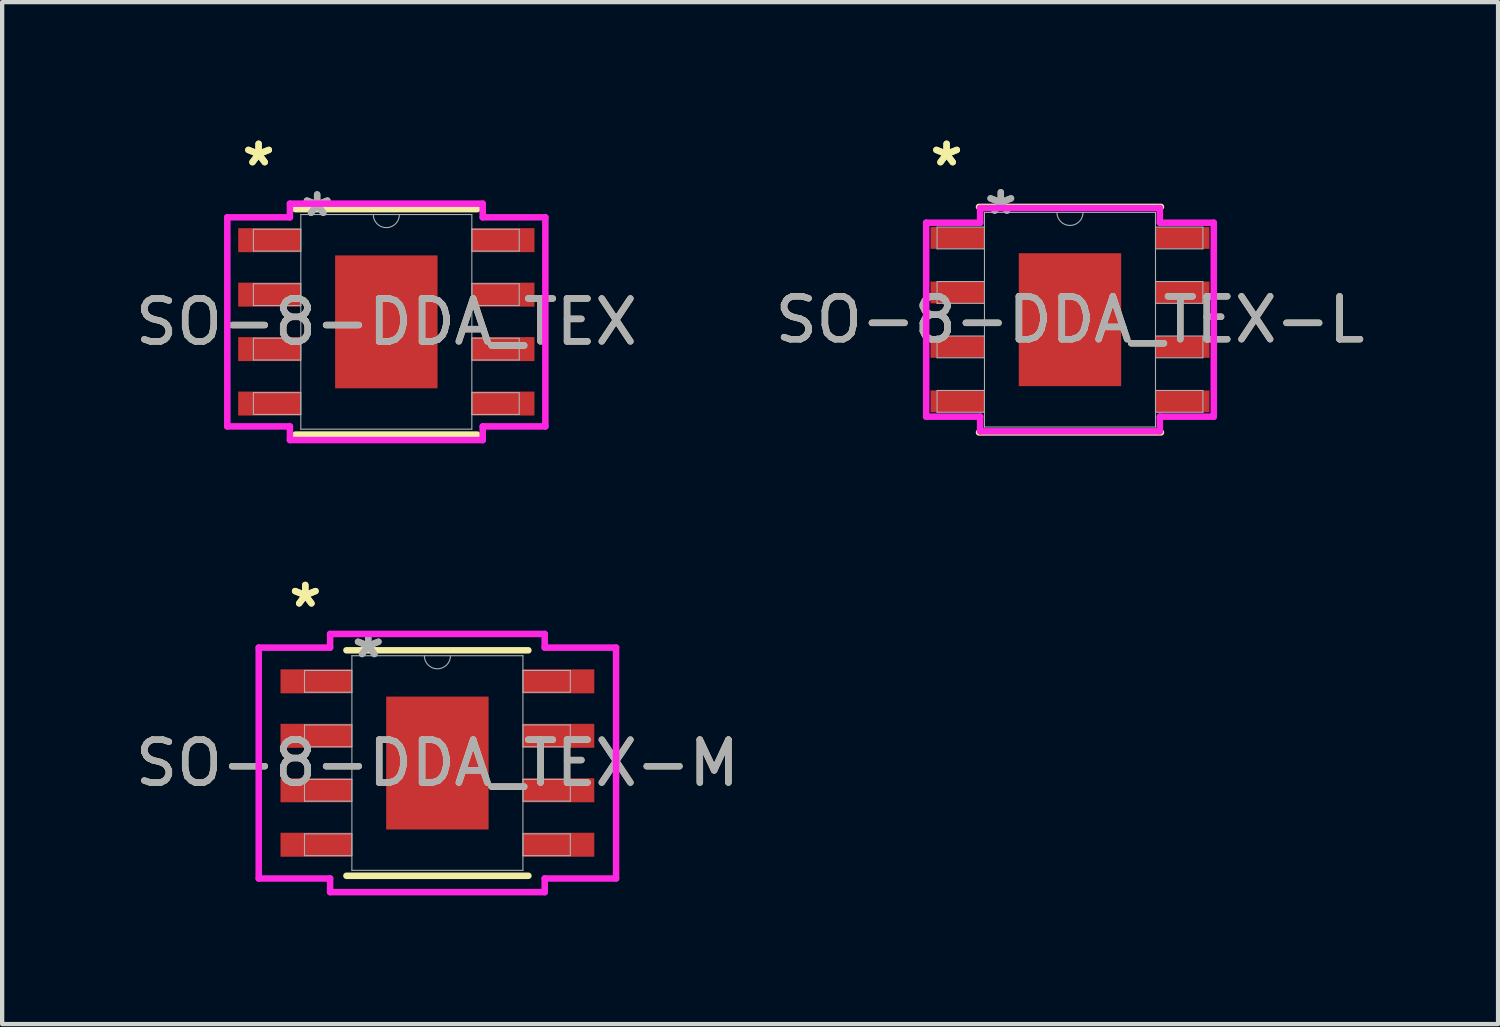
<source format=kicad_pcb>
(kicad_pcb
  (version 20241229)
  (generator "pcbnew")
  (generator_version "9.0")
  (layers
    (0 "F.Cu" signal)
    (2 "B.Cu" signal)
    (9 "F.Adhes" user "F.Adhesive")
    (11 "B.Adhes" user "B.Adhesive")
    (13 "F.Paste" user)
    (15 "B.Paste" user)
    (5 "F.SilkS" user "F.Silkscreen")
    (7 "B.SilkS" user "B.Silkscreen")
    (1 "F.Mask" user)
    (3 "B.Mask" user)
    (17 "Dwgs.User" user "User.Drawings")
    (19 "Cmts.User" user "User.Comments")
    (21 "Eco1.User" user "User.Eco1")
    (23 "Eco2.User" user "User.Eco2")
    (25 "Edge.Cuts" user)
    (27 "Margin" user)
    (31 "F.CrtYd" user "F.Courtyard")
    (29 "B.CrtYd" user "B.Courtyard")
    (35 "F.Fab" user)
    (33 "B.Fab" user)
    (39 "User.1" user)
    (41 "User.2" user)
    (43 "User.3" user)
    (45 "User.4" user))
  (footprint "SO-8-DDA_TEX-M"
    (layer "F.Cu")
    (at 7.149 14.742)
    (property "Reference" "SO-8-DDA_TEX-M" (at 0 0 0) (unlocked yes) (layer "F.SilkS") (effects (font (size 1 1) (thickness 0.15))))
    (attr smd)
    (fp_line (start -2.121 2.629) (end 2.121 2.629) (stroke (width 0.152) (type solid)) (layer "F.SilkS"))
    (fp_line (start 2.121 -2.629) (end -2.121 -2.629) (stroke (width 0.152) (type solid)) (layer "F.SilkS"))
    (fp_poly (pts (xy -1.094 -1.449) (xy -1.094 -0.1) (xy 1.094 -0.1) (xy 1.094 -1.449)) (stroke (width 0) (type solid)) (fill yes) (layer "F.Paste"))
    (fp_poly (pts (xy -1.094 0.1) (xy -1.094 1.449) (xy 1.094 1.449) (xy 1.094 0.1)) (stroke (width 0) (type solid)) (fill yes) (layer "F.Paste"))
    (fp_line (start -4.166 -2.692) (end -2.502 -2.692) (stroke (width 0.152) (type solid)) (layer "F.CrtYd"))
    (fp_line (start -4.166 2.692) (end -4.166 -2.692) (stroke (width 0.152) (type solid)) (layer "F.CrtYd"))
    (fp_line (start -4.166 2.692) (end -2.502 2.692) (stroke (width 0.152) (type solid)) (layer "F.CrtYd"))
    (fp_line (start -2.502 -3.01) (end 2.502 -3.01) (stroke (width 0.152) (type solid)) (layer "F.CrtYd"))
    (fp_line (start -2.502 -2.692) (end -2.502 -3.01) (stroke (width 0.152) (type solid)) (layer "F.CrtYd"))
    (fp_line (start -2.502 3.01) (end -2.502 2.692) (stroke (width 0.152) (type solid)) (layer "F.CrtYd"))
    (fp_line (start 2.502 -3.01) (end 2.502 -2.692) (stroke (width 0.152) (type solid)) (layer "F.CrtYd"))
    (fp_line (start 2.502 2.692) (end 2.502 3.01) (stroke (width 0.152) (type solid)) (layer "F.CrtYd"))
    (fp_line (start 2.502 3.01) (end -2.502 3.01) (stroke (width 0.152) (type solid)) (layer "F.CrtYd"))
    (fp_line (start 4.166 -2.692) (end 2.502 -2.692) (stroke (width 0.152) (type solid)) (layer "F.CrtYd"))
    (fp_line (start 4.166 -2.692) (end 4.166 2.692) (stroke (width 0.152) (type solid)) (layer "F.CrtYd"))
    (fp_line (start 4.166 2.692) (end 2.502 2.692) (stroke (width 0.152) (type solid)) (layer "F.CrtYd"))
    (fp_line (start -3.099 -2.159) (end -3.099 -1.651) (stroke (width 0.025) (type solid)) (layer "F.Fab"))
    (fp_line (start -3.099 -1.651) (end -1.994 -1.651) (stroke (width 0.025) (type solid)) (layer "F.Fab"))
    (fp_line (start -3.099 -0.889) (end -3.099 -0.381) (stroke (width 0.025) (type solid)) (layer "F.Fab"))
    (fp_line (start -3.099 -0.381) (end -1.994 -0.381) (stroke (width 0.025) (type solid)) (layer "F.Fab"))
    (fp_line (start -3.099 0.381) (end -3.099 0.889) (stroke (width 0.025) (type solid)) (layer "F.Fab"))
    (fp_line (start -3.099 0.889) (end -1.994 0.889) (stroke (width 0.025) (type solid)) (layer "F.Fab"))
    (fp_line (start -3.099 1.651) (end -3.099 2.159) (stroke (width 0.025) (type solid)) (layer "F.Fab"))
    (fp_line (start -3.099 2.159) (end -1.994 2.159) (stroke (width 0.025) (type solid)) (layer "F.Fab"))
    (fp_line (start -1.994 -2.502) (end -1.994 2.502) (stroke (width 0.025) (type solid)) (layer "F.Fab"))
    (fp_line (start -1.994 -2.159) (end -3.099 -2.159) (stroke (width 0.025) (type solid)) (layer "F.Fab"))
    (fp_line (start -1.994 -1.651) (end -1.994 -2.159) (stroke (width 0.025) (type solid)) (layer "F.Fab"))
    (fp_line (start -1.994 -0.889) (end -3.099 -0.889) (stroke (width 0.025) (type solid)) (layer "F.Fab"))
    (fp_line (start -1.994 -0.381) (end -1.994 -0.889) (stroke (width 0.025) (type solid)) (layer "F.Fab"))
    (fp_line (start -1.994 0.381) (end -3.099 0.381) (stroke (width 0.025) (type solid)) (layer "F.Fab"))
    (fp_line (start -1.994 0.889) (end -1.994 0.381) (stroke (width 0.025) (type solid)) (layer "F.Fab"))
    (fp_line (start -1.994 1.651) (end -3.099 1.651) (stroke (width 0.025) (type solid)) (layer "F.Fab"))
    (fp_line (start -1.994 2.159) (end -1.994 1.651) (stroke (width 0.025) (type solid)) (layer "F.Fab"))
    (fp_line (start -1.994 2.502) (end 1.994 2.502) (stroke (width 0.025) (type solid)) (layer "F.Fab"))
    (fp_line (start 1.994 -2.502) (end -1.994 -2.502) (stroke (width 0.025) (type solid)) (layer "F.Fab"))
    (fp_line (start 1.994 -2.159) (end 1.994 -1.651) (stroke (width 0.025) (type solid)) (layer "F.Fab"))
    (fp_line (start 1.994 -1.651) (end 3.099 -1.651) (stroke (width 0.025) (type solid)) (layer "F.Fab"))
    (fp_line (start 1.994 -0.889) (end 1.994 -0.381) (stroke (width 0.025) (type solid)) (layer "F.Fab"))
    (fp_line (start 1.994 -0.381) (end 3.099 -0.381) (stroke (width 0.025) (type solid)) (layer "F.Fab"))
    (fp_line (start 1.994 0.381) (end 1.994 0.889) (stroke (width 0.025) (type solid)) (layer "F.Fab"))
    (fp_line (start 1.994 0.889) (end 3.099 0.889) (stroke (width 0.025) (type solid)) (layer "F.Fab"))
    (fp_line (start 1.994 1.651) (end 1.994 2.159) (stroke (width 0.025) (type solid)) (layer "F.Fab"))
    (fp_line (start 1.994 2.159) (end 3.099 2.159) (stroke (width 0.025) (type solid)) (layer "F.Fab"))
    (fp_line (start 1.994 2.502) (end 1.994 -2.502) (stroke (width 0.025) (type solid)) (layer "F.Fab"))
    (fp_line (start 3.099 -2.159) (end 1.994 -2.159) (stroke (width 0.025) (type solid)) (layer "F.Fab"))
    (fp_line (start 3.099 -1.651) (end 3.099 -2.159) (stroke (width 0.025) (type solid)) (layer "F.Fab"))
    (fp_line (start 3.099 -0.889) (end 1.994 -0.889) (stroke (width 0.025) (type solid)) (layer "F.Fab"))
    (fp_line (start 3.099 -0.381) (end 3.099 -0.889) (stroke (width 0.025) (type solid)) (layer "F.Fab"))
    (fp_line (start 3.099 0.381) (end 1.994 0.381) (stroke (width 0.025) (type solid)) (layer "F.Fab"))
    (fp_line (start 3.099 0.889) (end 3.099 0.381) (stroke (width 0.025) (type solid)) (layer "F.Fab"))
    (fp_line (start 3.099 1.651) (end 1.994 1.651) (stroke (width 0.025) (type solid)) (layer "F.Fab"))
    (fp_line (start 3.099 2.159) (end 3.099 1.651) (stroke (width 0.025) (type solid)) (layer "F.Fab"))
    (fp_arc (start 0.3048 -2.5019) (mid 0 -2.1971) (end -0.3048 -2.5019) (stroke (width 0.0254) (type solid)) (layer "F.Fab"))
    (fp_text user "*" (at -3.08 -3.607 0) (layer "F.SilkS") (effects (font (size 1 1) (thickness 0.15))))
    (fp_text user "*" (at -3.08 -3.607 0) (unlocked yes) (layer "F.SilkS") (effects (font (size 1 1) (thickness 0.15))))
    (fp_text user "*" (at -1.613 -2.426 0) (unlocked yes) (layer "F.Fab") (effects (font (size 1 1) (thickness 0.15))))
    (fp_text user "${REFERENCE}" (at 0 0 0) (unlocked yes) (layer "F.Fab") (effects (font (size 1 1) (thickness 0.15))))
    (fp_text user "*" (at -1.613 -2.426 0) (layer "F.Fab") (effects (font (size 1 1) (thickness 0.15))))
    (pad "1" smd rect (at -2.826 -1.905) (size 1.664 0.559) (layers "F.Cu" "F.Mask" "F.Paste"))
    (pad "2" smd rect (at -2.826 -0.635) (size 1.664 0.559) (layers "F.Cu" "F.Mask" "F.Paste"))
    (pad "3" smd rect (at -2.826 0.635) (size 1.664 0.559) (layers "F.Cu" "F.Mask" "F.Paste"))
    (pad "4" smd rect (at -2.826 1.905) (size 1.664 0.559) (layers "F.Cu" "F.Mask" "F.Paste"))
    (pad "5" smd rect (at 2.826 1.905) (size 1.664 0.559) (layers "F.Cu" "F.Mask" "F.Paste"))
    (pad "6" smd rect (at 2.826 0.635) (size 1.664 0.559) (layers "F.Cu" "F.Mask" "F.Paste"))
    (pad "7" smd rect (at 2.826 -0.635) (size 1.664 0.559) (layers "F.Cu" "F.Mask" "F.Paste"))
    (pad "8" smd rect (at 2.826 -1.905) (size 1.664 0.559) (layers "F.Cu" "F.Mask" "F.Paste"))
    (pad "EPAD" smd rect (at 0 0) (size 2.388 3.099) (layers "F.Cu" "F.Mask")))
  (footprint "SO-8-DDA_TEX"
    (layer "F.Cu")
    (at 5.958 4.455)
    (property "Reference" "SO-8-DDA_TEX" (at 0 0 0) (unlocked yes) (layer "F.SilkS") (effects (font (size 1 1) (thickness 0.15))))
    (attr smd)
    (fp_line (start -2.121 2.629) (end 2.121 2.629) (stroke (width 0.152) (type solid)) (layer "F.SilkS"))
    (fp_line (start 2.121 -2.629) (end -2.121 -2.629) (stroke (width 0.152) (type solid)) (layer "F.SilkS"))
    (fp_poly (pts (xy -1.094 -1.449) (xy -1.094 -0.1) (xy 1.094 -0.1) (xy 1.094 -1.449)) (stroke (width 0) (type solid)) (fill yes) (layer "F.Paste"))
    (fp_poly (pts (xy -1.094 0.1) (xy -1.094 1.449) (xy 1.094 1.449) (xy 1.094 0.1)) (stroke (width 0) (type solid)) (fill yes) (layer "F.Paste"))
    (fp_line (start -3.708 -2.438) (end -2.248 -2.438) (stroke (width 0.152) (type solid)) (layer "F.CrtYd"))
    (fp_line (start -3.708 2.438) (end -3.708 -2.438) (stroke (width 0.152) (type solid)) (layer "F.CrtYd"))
    (fp_line (start -3.708 2.438) (end -2.248 2.438) (stroke (width 0.152) (type solid)) (layer "F.CrtYd"))
    (fp_line (start -2.248 -2.756) (end 2.248 -2.756) (stroke (width 0.152) (type solid)) (layer "F.CrtYd"))
    (fp_line (start -2.248 -2.438) (end -2.248 -2.756) (stroke (width 0.152) (type solid)) (layer "F.CrtYd"))
    (fp_line (start -2.248 2.756) (end -2.248 2.438) (stroke (width 0.152) (type solid)) (layer "F.CrtYd"))
    (fp_line (start 2.248 -2.756) (end 2.248 -2.438) (stroke (width 0.152) (type solid)) (layer "F.CrtYd"))
    (fp_line (start 2.248 2.438) (end 2.248 2.756) (stroke (width 0.152) (type solid)) (layer "F.CrtYd"))
    (fp_line (start 2.248 2.756) (end -2.248 2.756) (stroke (width 0.152) (type solid)) (layer "F.CrtYd"))
    (fp_line (start 3.708 -2.438) (end 2.248 -2.438) (stroke (width 0.152) (type solid)) (layer "F.CrtYd"))
    (fp_line (start 3.708 -2.438) (end 3.708 2.438) (stroke (width 0.152) (type solid)) (layer "F.CrtYd"))
    (fp_line (start 3.708 2.438) (end 2.248 2.438) (stroke (width 0.152) (type solid)) (layer "F.CrtYd"))
    (fp_line (start -3.099 -2.159) (end -3.099 -1.651) (stroke (width 0.025) (type solid)) (layer "F.Fab"))
    (fp_line (start -3.099 -1.651) (end -1.994 -1.651) (stroke (width 0.025) (type solid)) (layer "F.Fab"))
    (fp_line (start -3.099 -0.889) (end -3.099 -0.381) (stroke (width 0.025) (type solid)) (layer "F.Fab"))
    (fp_line (start -3.099 -0.381) (end -1.994 -0.381) (stroke (width 0.025) (type solid)) (layer "F.Fab"))
    (fp_line (start -3.099 0.381) (end -3.099 0.889) (stroke (width 0.025) (type solid)) (layer "F.Fab"))
    (fp_line (start -3.099 0.889) (end -1.994 0.889) (stroke (width 0.025) (type solid)) (layer "F.Fab"))
    (fp_line (start -3.099 1.651) (end -3.099 2.159) (stroke (width 0.025) (type solid)) (layer "F.Fab"))
    (fp_line (start -3.099 2.159) (end -1.994 2.159) (stroke (width 0.025) (type solid)) (layer "F.Fab"))
    (fp_line (start -1.994 -2.502) (end -1.994 2.502) (stroke (width 0.025) (type solid)) (layer "F.Fab"))
    (fp_line (start -1.994 -2.159) (end -3.099 -2.159) (stroke (width 0.025) (type solid)) (layer "F.Fab"))
    (fp_line (start -1.994 -1.651) (end -1.994 -2.159) (stroke (width 0.025) (type solid)) (layer "F.Fab"))
    (fp_line (start -1.994 -0.889) (end -3.099 -0.889) (stroke (width 0.025) (type solid)) (layer "F.Fab"))
    (fp_line (start -1.994 -0.381) (end -1.994 -0.889) (stroke (width 0.025) (type solid)) (layer "F.Fab"))
    (fp_line (start -1.994 0.381) (end -3.099 0.381) (stroke (width 0.025) (type solid)) (layer "F.Fab"))
    (fp_line (start -1.994 0.889) (end -1.994 0.381) (stroke (width 0.025) (type solid)) (layer "F.Fab"))
    (fp_line (start -1.994 1.651) (end -3.099 1.651) (stroke (width 0.025) (type solid)) (layer "F.Fab"))
    (fp_line (start -1.994 2.159) (end -1.994 1.651) (stroke (width 0.025) (type solid)) (layer "F.Fab"))
    (fp_line (start -1.994 2.502) (end 1.994 2.502) (stroke (width 0.025) (type solid)) (layer "F.Fab"))
    (fp_line (start 1.994 -2.502) (end -1.994 -2.502) (stroke (width 0.025) (type solid)) (layer "F.Fab"))
    (fp_line (start 1.994 -2.159) (end 1.994 -1.651) (stroke (width 0.025) (type solid)) (layer "F.Fab"))
    (fp_line (start 1.994 -1.651) (end 3.099 -1.651) (stroke (width 0.025) (type solid)) (layer "F.Fab"))
    (fp_line (start 1.994 -0.889) (end 1.994 -0.381) (stroke (width 0.025) (type solid)) (layer "F.Fab"))
    (fp_line (start 1.994 -0.381) (end 3.099 -0.381) (stroke (width 0.025) (type solid)) (layer "F.Fab"))
    (fp_line (start 1.994 0.381) (end 1.994 0.889) (stroke (width 0.025) (type solid)) (layer "F.Fab"))
    (fp_line (start 1.994 0.889) (end 3.099 0.889) (stroke (width 0.025) (type solid)) (layer "F.Fab"))
    (fp_line (start 1.994 1.651) (end 1.994 2.159) (stroke (width 0.025) (type solid)) (layer "F.Fab"))
    (fp_line (start 1.994 2.159) (end 3.099 2.159) (stroke (width 0.025) (type solid)) (layer "F.Fab"))
    (fp_line (start 1.994 2.502) (end 1.994 -2.502) (stroke (width 0.025) (type solid)) (layer "F.Fab"))
    (fp_line (start 3.099 -2.159) (end 1.994 -2.159) (stroke (width 0.025) (type solid)) (layer "F.Fab"))
    (fp_line (start 3.099 -1.651) (end 3.099 -2.159) (stroke (width 0.025) (type solid)) (layer "F.Fab"))
    (fp_line (start 3.099 -0.889) (end 1.994 -0.889) (stroke (width 0.025) (type solid)) (layer "F.Fab"))
    (fp_line (start 3.099 -0.381) (end 3.099 -0.889) (stroke (width 0.025) (type solid)) (layer "F.Fab"))
    (fp_line (start 3.099 0.381) (end 1.994 0.381) (stroke (width 0.025) (type solid)) (layer "F.Fab"))
    (fp_line (start 3.099 0.889) (end 3.099 0.381) (stroke (width 0.025) (type solid)) (layer "F.Fab"))
    (fp_line (start 3.099 1.651) (end 1.994 1.651) (stroke (width 0.025) (type solid)) (layer "F.Fab"))
    (fp_line (start 3.099 2.159) (end 3.099 1.651) (stroke (width 0.025) (type solid)) (layer "F.Fab"))
    (fp_arc (start 0.3048 -2.5019) (mid 0 -2.1971) (end -0.3048 -2.5019) (stroke (width 0.0254) (type solid)) (layer "F.Fab"))
    (fp_text user "*" (at -2.978 -3.607 0) (unlocked yes) (layer "F.SilkS") (effects (font (size 1 1) (thickness 0.15))))
    (fp_text user "*" (at -2.978 -3.607 0) (layer "F.SilkS") (effects (font (size 1 1) (thickness 0.15))))
    (fp_text user "*" (at -1.613 -2.426 0) (layer "F.Fab") (effects (font (size 1 1) (thickness 0.15))))
    (fp_text user "${REFERENCE}" (at 0 0 0) (unlocked yes) (layer "F.Fab") (effects (font (size 1 1) (thickness 0.15))))
    (fp_text user "*" (at -1.613 -2.426 0) (unlocked yes) (layer "F.Fab") (effects (font (size 1 1) (thickness 0.15))))
    (pad "1" smd rect (at -2.724 -1.905) (size 1.46 0.559) (layers "F.Cu" "F.Mask" "F.Paste"))
    (pad "2" smd rect (at -2.724 -0.635) (size 1.46 0.559) (layers "F.Cu" "F.Mask" "F.Paste"))
    (pad "3" smd rect (at -2.724 0.635) (size 1.46 0.559) (layers "F.Cu" "F.Mask" "F.Paste"))
    (pad "4" smd rect (at -2.724 1.905) (size 1.46 0.559) (layers "F.Cu" "F.Mask" "F.Paste"))
    (pad "5" smd rect (at 2.724 1.905) (size 1.46 0.559) (layers "F.Cu" "F.Mask" "F.Paste"))
    (pad "6" smd rect (at 2.724 0.635) (size 1.46 0.559) (layers "F.Cu" "F.Mask" "F.Paste"))
    (pad "7" smd rect (at 2.724 -0.635) (size 1.46 0.559) (layers "F.Cu" "F.Mask" "F.Paste"))
    (pad "8" smd rect (at 2.724 -1.905) (size 1.46 0.559) (layers "F.Cu" "F.Mask" "F.Paste"))
    (pad "EPAD" smd rect (at 0 0) (size 2.388 3.099) (layers "F.Cu" "F.Mask")))
  (footprint "SO-8-DDA_TEX-L"
    (layer "F.Cu")
    (at 21.899 4.404)
    (property "Reference" "SO-8-DDA_TEX-L" (at 0 0 0) (unlocked yes) (layer "F.SilkS") (effects (font (size 1 1) (thickness 0.15))))
    (attr smd)
    (fp_line (start -2.121 2.629) (end 2.121 2.629) (stroke (width 0.152) (type solid)) (layer "F.SilkS"))
    (fp_line (start 2.121 -2.629) (end -2.121 -2.629) (stroke (width 0.152) (type solid)) (layer "F.SilkS"))
    (fp_poly (pts (xy -1.094 -1.449) (xy -1.094 -0.1) (xy 1.094 -0.1) (xy 1.094 -1.449)) (stroke (width 0) (type solid)) (fill yes) (layer "F.Paste"))
    (fp_poly (pts (xy -1.094 0.1) (xy -1.094 1.449) (xy 1.094 1.449) (xy 1.094 0.1)) (stroke (width 0) (type solid)) (fill yes) (layer "F.Paste"))
    (fp_line (start -3.353 -2.261) (end -2.095 -2.261) (stroke (width 0.152) (type solid)) (layer "F.CrtYd"))
    (fp_line (start -3.353 2.261) (end -3.353 -2.261) (stroke (width 0.152) (type solid)) (layer "F.CrtYd"))
    (fp_line (start -3.353 2.261) (end -2.095 2.261) (stroke (width 0.152) (type solid)) (layer "F.CrtYd"))
    (fp_line (start -2.095 -2.603) (end 2.095 -2.603) (stroke (width 0.152) (type solid)) (layer "F.CrtYd"))
    (fp_line (start -2.095 -2.261) (end -2.095 -2.603) (stroke (width 0.152) (type solid)) (layer "F.CrtYd"))
    (fp_line (start -2.095 2.603) (end -2.095 2.261) (stroke (width 0.152) (type solid)) (layer "F.CrtYd"))
    (fp_line (start 2.095 -2.603) (end 2.095 -2.261) (stroke (width 0.152) (type solid)) (layer "F.CrtYd"))
    (fp_line (start 2.095 2.261) (end 2.095 2.603) (stroke (width 0.152) (type solid)) (layer "F.CrtYd"))
    (fp_line (start 2.095 2.603) (end -2.095 2.603) (stroke (width 0.152) (type solid)) (layer "F.CrtYd"))
    (fp_line (start 3.353 -2.261) (end 2.095 -2.261) (stroke (width 0.152) (type solid)) (layer "F.CrtYd"))
    (fp_line (start 3.353 -2.261) (end 3.353 2.261) (stroke (width 0.152) (type solid)) (layer "F.CrtYd"))
    (fp_line (start 3.353 2.261) (end 2.095 2.261) (stroke (width 0.152) (type solid)) (layer "F.CrtYd"))
    (fp_line (start -3.099 -2.159) (end -3.099 -1.651) (stroke (width 0.025) (type solid)) (layer "F.Fab"))
    (fp_line (start -3.099 -1.651) (end -1.994 -1.651) (stroke (width 0.025) (type solid)) (layer "F.Fab"))
    (fp_line (start -3.099 -0.889) (end -3.099 -0.381) (stroke (width 0.025) (type solid)) (layer "F.Fab"))
    (fp_line (start -3.099 -0.381) (end -1.994 -0.381) (stroke (width 0.025) (type solid)) (layer "F.Fab"))
    (fp_line (start -3.099 0.381) (end -3.099 0.889) (stroke (width 0.025) (type solid)) (layer "F.Fab"))
    (fp_line (start -3.099 0.889) (end -1.994 0.889) (stroke (width 0.025) (type solid)) (layer "F.Fab"))
    (fp_line (start -3.099 1.651) (end -3.099 2.159) (stroke (width 0.025) (type solid)) (layer "F.Fab"))
    (fp_line (start -3.099 2.159) (end -1.994 2.159) (stroke (width 0.025) (type solid)) (layer "F.Fab"))
    (fp_line (start -1.994 -2.502) (end -1.994 2.502) (stroke (width 0.025) (type solid)) (layer "F.Fab"))
    (fp_line (start -1.994 -2.159) (end -3.099 -2.159) (stroke (width 0.025) (type solid)) (layer "F.Fab"))
    (fp_line (start -1.994 -1.651) (end -1.994 -2.159) (stroke (width 0.025) (type solid)) (layer "F.Fab"))
    (fp_line (start -1.994 -0.889) (end -3.099 -0.889) (stroke (width 0.025) (type solid)) (layer "F.Fab"))
    (fp_line (start -1.994 -0.381) (end -1.994 -0.889) (stroke (width 0.025) (type solid)) (layer "F.Fab"))
    (fp_line (start -1.994 0.381) (end -3.099 0.381) (stroke (width 0.025) (type solid)) (layer "F.Fab"))
    (fp_line (start -1.994 0.889) (end -1.994 0.381) (stroke (width 0.025) (type solid)) (layer "F.Fab"))
    (fp_line (start -1.994 1.651) (end -3.099 1.651) (stroke (width 0.025) (type solid)) (layer "F.Fab"))
    (fp_line (start -1.994 2.159) (end -1.994 1.651) (stroke (width 0.025) (type solid)) (layer "F.Fab"))
    (fp_line (start -1.994 2.502) (end 1.994 2.502) (stroke (width 0.025) (type solid)) (layer "F.Fab"))
    (fp_line (start 1.994 -2.502) (end -1.994 -2.502) (stroke (width 0.025) (type solid)) (layer "F.Fab"))
    (fp_line (start 1.994 -2.159) (end 1.994 -1.651) (stroke (width 0.025) (type solid)) (layer "F.Fab"))
    (fp_line (start 1.994 -1.651) (end 3.099 -1.651) (stroke (width 0.025) (type solid)) (layer "F.Fab"))
    (fp_line (start 1.994 -0.889) (end 1.994 -0.381) (stroke (width 0.025) (type solid)) (layer "F.Fab"))
    (fp_line (start 1.994 -0.381) (end 3.099 -0.381) (stroke (width 0.025) (type solid)) (layer "F.Fab"))
    (fp_line (start 1.994 0.381) (end 1.994 0.889) (stroke (width 0.025) (type solid)) (layer "F.Fab"))
    (fp_line (start 1.994 0.889) (end 3.099 0.889) (stroke (width 0.025) (type solid)) (layer "F.Fab"))
    (fp_line (start 1.994 1.651) (end 1.994 2.159) (stroke (width 0.025) (type solid)) (layer "F.Fab"))
    (fp_line (start 1.994 2.159) (end 3.099 2.159) (stroke (width 0.025) (type solid)) (layer "F.Fab"))
    (fp_line (start 1.994 2.502) (end 1.994 -2.502) (stroke (width 0.025) (type solid)) (layer "F.Fab"))
    (fp_line (start 3.099 -2.159) (end 1.994 -2.159) (stroke (width 0.025) (type solid)) (layer "F.Fab"))
    (fp_line (start 3.099 -1.651) (end 3.099 -2.159) (stroke (width 0.025) (type solid)) (layer "F.Fab"))
    (fp_line (start 3.099 -0.889) (end 1.994 -0.889) (stroke (width 0.025) (type solid)) (layer "F.Fab"))
    (fp_line (start 3.099 -0.381) (end 3.099 -0.889) (stroke (width 0.025) (type solid)) (layer "F.Fab"))
    (fp_line (start 3.099 0.381) (end 1.994 0.381) (stroke (width 0.025) (type solid)) (layer "F.Fab"))
    (fp_line (start 3.099 0.889) (end 3.099 0.381) (stroke (width 0.025) (type solid)) (layer "F.Fab"))
    (fp_line (start 3.099 1.651) (end 1.994 1.651) (stroke (width 0.025) (type solid)) (layer "F.Fab"))
    (fp_line (start 3.099 2.159) (end 3.099 1.651) (stroke (width 0.025) (type solid)) (layer "F.Fab"))
    (fp_arc (start 0.3048 -2.5019) (mid 0 -2.1971) (end -0.3048 -2.5019) (stroke (width 0.0254) (type solid)) (layer "F.Fab"))
    (fp_text user "*" (at -2.877 -3.556 0) (unlocked yes) (layer "F.SilkS") (effects (font (size 1 1) (thickness 0.15))))
    (fp_text user "*" (at -2.877 -3.556 0) (layer "F.SilkS") (effects (font (size 1 1) (thickness 0.15))))
    (fp_text user "*" (at -1.613 -2.426 0) (unlocked yes) (layer "F.Fab") (effects (font (size 1 1) (thickness 0.15))))
    (fp_text user "*" (at -1.613 -2.426 0) (layer "F.Fab") (effects (font (size 1 1) (thickness 0.15))))
    (fp_text user "${REFERENCE}" (at 0 0 0) (unlocked yes) (layer "F.Fab") (effects (font (size 1 1) (thickness 0.15))))
    (pad "1" smd rect (at -2.623 -1.905) (size 1.257 0.508) (layers "F.Cu" "F.Mask" "F.Paste"))
    (pad "2" smd rect (at -2.623 -0.635) (size 1.257 0.508) (layers "F.Cu" "F.Mask" "F.Paste"))
    (pad "3" smd rect (at -2.623 0.635) (size 1.257 0.508) (layers "F.Cu" "F.Mask" "F.Paste"))
    (pad "4" smd rect (at -2.623 1.905) (size 1.257 0.508) (layers "F.Cu" "F.Mask" "F.Paste"))
    (pad "5" smd rect (at 2.623 1.905) (size 1.257 0.508) (layers "F.Cu" "F.Mask" "F.Paste"))
    (pad "6" smd rect (at 2.623 0.635) (size 1.257 0.508) (layers "F.Cu" "F.Mask" "F.Paste"))
    (pad "7" smd rect (at 2.623 -0.635) (size 1.257 0.508) (layers "F.Cu" "F.Mask" "F.Paste"))
    (pad "8" smd rect (at 2.623 -1.905) (size 1.257 0.508) (layers "F.Cu" "F.Mask" "F.Paste"))
    (pad "EPAD" smd rect (at 0 0) (size 2.388 3.099) (layers "F.Cu" "F.Mask")))
  (gr_rect
    (start -3 -3)
    (end 31.881 20.828)
    (stroke (width 0.1) (type default))
    (fill no)
    (layer "Edge.Cuts")))
</source>
